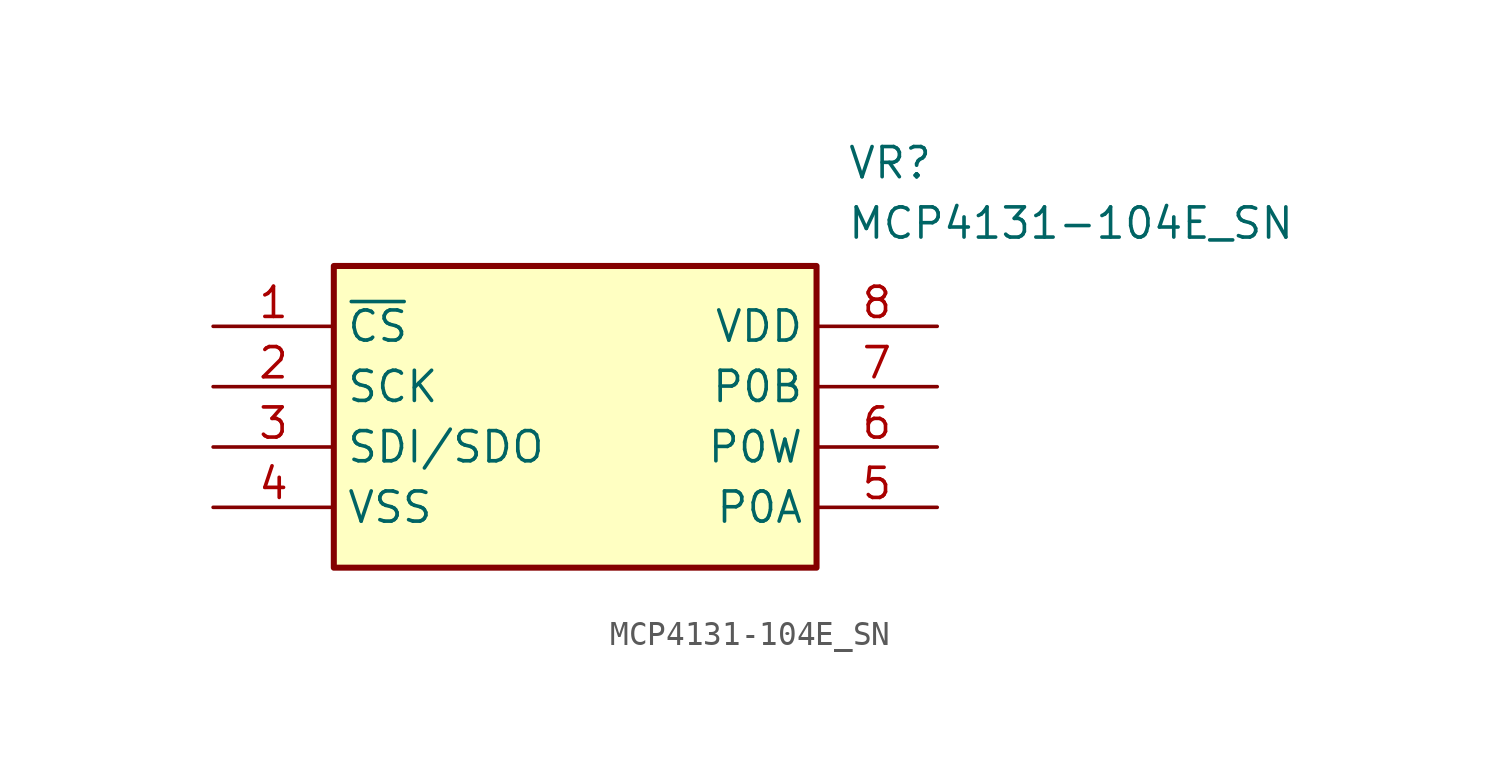
<source format=kicad_sym>
(kicad_symbol_lib
  (version 20211014)
  (generator SamacSys_ECAD_Model)
  (symbol "MCP4131-104E_SN"
    (property "Reference" "VR"
      (at 26.67 7.62 0)
      (effects (font (size 1.27 1.27)) (justify left top)))
    (property "Value" "MCP4131-104E_SN"
      (at 26.67 5.08 0)
      (effects (font (size 1.27 1.27)) (justify left top)))
    (rectangle
      (start 5.08 2.54)
      (end 25.4 -10.16)
      (stroke (width 0.254) (type default))
      (fill (type background)))
    (pin passive line
      (at 0 0 0)
      (length 5.08)
      (name "~{CS}" (effects (font (size 1.27 1.27))))
      (number "1" (effects (font (size 1.27 1.27)))))
    (pin passive line
      (at 0 -2.54 0)
      (length 5.08)
      (name "SCK" (effects (font (size 1.27 1.27))))
      (number "2" (effects (font (size 1.27 1.27)))))
    (pin passive line
      (at 0 -5.08 0)
      (length 5.08)
      (name "SDI/SDO" (effects (font (size 1.27 1.27))))
      (number "3" (effects (font (size 1.27 1.27)))))
    (pin passive line
      (at 0 -7.62 0)
      (length 5.08)
      (name "VSS" (effects (font (size 1.27 1.27))))
      (number "4" (effects (font (size 1.27 1.27)))))
    (pin passive line
      (at 30.48 0 180)
      (length 5.08)
      (name "VDD" (effects (font (size 1.27 1.27))))
      (number "8" (effects (font (size 1.27 1.27)))))
    (pin passive line
      (at 30.48 -2.54 180)
      (length 5.08)
      (name "P0B" (effects (font (size 1.27 1.27))))
      (number "7" (effects (font (size 1.27 1.27)))))
    (pin passive line
      (at 30.48 -5.08 180)
      (length 5.08)
      (name "P0W" (effects (font (size 1.27 1.27))))
      (number "6" (effects (font (size 1.27 1.27)))))
    (pin passive line
      (at 30.48 -7.62 180)
      (length 5.08)
      (name "P0A" (effects (font (size 1.27 1.27))))
      (number "5" (effects (font (size 1.27 1.27)))))))
</source>
